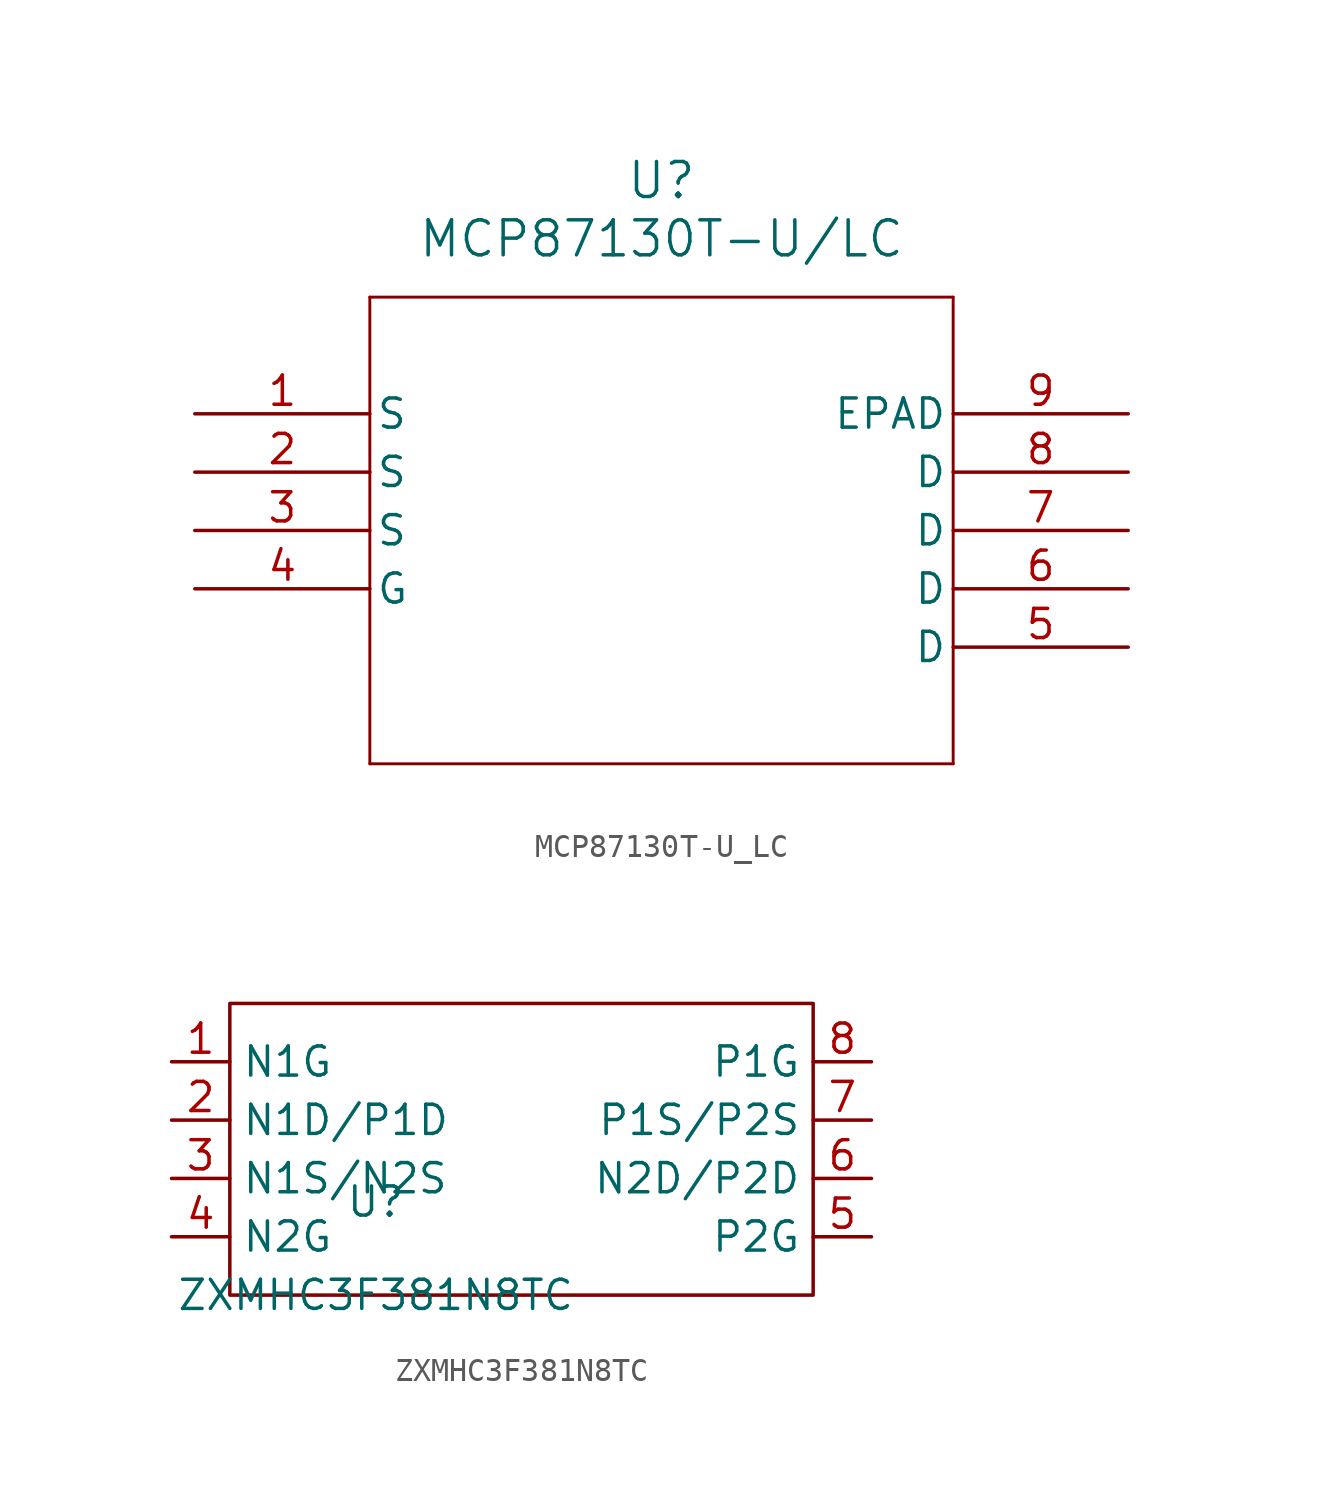
<source format=kicad_sym>
(kicad_symbol_lib
  (version 20241209)
  (generator "kicad_symbol_editor")
  (generator_version "9.0")
  (symbol "MCP87130T-U_LC"
    (pin_names
      (offset 0.254))
    (property "Reference" "U"
      (at 20.32 10.16 0)
      (effects (font (size 1.524 1.524))))
    (property "Value" "MCP87130T-U/LC"
      (at 20.32 7.62 0)
      (effects (font (size 1.524 1.524))))
    (symbol "MCP87130T-U_LC_0_1"
      (polyline (pts (xy 7.62 5.08) (xy 7.62 -15.24)) (stroke (width 0.127) (type default)) (fill (type none)))
      (polyline (pts (xy 7.62 -15.24) (xy 33.02 -15.24)) (stroke (width 0.127) (type default)) (fill (type none)))
      (polyline (pts (xy 33.02 5.08) (xy 7.62 5.08)) (stroke (width 0.127) (type default)) (fill (type none)))
      (polyline (pts (xy 33.02 -15.24) (xy 33.02 5.08)) (stroke (width 0.127) (type default)) (fill (type none)))
      (pin unspecified line (at 0 0 0) (length 7.62) (name "S" (effects (font (size 1.27 1.27)))) (number "1" (effects (font (size 1.27 1.27)))))
      (pin unspecified line (at 0 -2.54 0) (length 7.62) (name "S" (effects (font (size 1.27 1.27)))) (number "2" (effects (font (size 1.27 1.27)))))
      (pin unspecified line (at 0 -5.08 0) (length 7.62) (name "S" (effects (font (size 1.27 1.27)))) (number "3" (effects (font (size 1.27 1.27)))))
      (pin unspecified line (at 0 -7.62 0) (length 7.62) (name "G" (effects (font (size 1.27 1.27)))) (number "4" (effects (font (size 1.27 1.27)))))
      (pin unspecified line (at 40.64 0 180) (length 7.62) (name "EPAD" (effects (font (size 1.27 1.27)))) (number "9" (effects (font (size 1.27 1.27)))))
      (pin unspecified line (at 40.64 -2.54 180) (length 7.62) (name "D" (effects (font (size 1.27 1.27)))) (number "8" (effects (font (size 1.27 1.27)))))
      (pin unspecified line (at 40.64 -5.08 180) (length 7.62) (name "D" (effects (font (size 1.27 1.27)))) (number "7" (effects (font (size 1.27 1.27)))))
      (pin unspecified line (at 40.64 -7.62 180) (length 7.62) (name "D" (effects (font (size 1.27 1.27)))) (number "6" (effects (font (size 1.27 1.27)))))
      (pin unspecified line (at 40.64 -10.16 180) (length 7.62) (name "D" (effects (font (size 1.27 1.27)))) (number "5" (effects (font (size 1.27 1.27)))))))
  (symbol "ZXMHC3F381N8TC"
    (property "Reference" "U"
      (at 0 4.064 0)
      (effects (font (size 1.27 1.27))))
    (property "Value" "ZXMHC3F381N8TC"
      (at 0 0 0)
      (effects (font (size 1.27 1.27))))
    (symbol "ZXMHC3F381N8TC_0_1"
      (rectangle (start -6.35 12.7) (end 19.05 0) (stroke (width 0) (type default)) (fill (type none))))
    (symbol "ZXMHC3F381N8TC_1_1"
      (pin bidirectional line (at -8.89 10.16 0) (length 2.54) (name "N1G" (effects (font (size 1.27 1.27)))) (number "1" (effects (font (size 1.27 1.27)))))
      (pin bidirectional line (at -8.89 7.62 0) (length 2.54) (name "N1D/P1D" (effects (font (size 1.27 1.27)))) (number "2" (effects (font (size 1.27 1.27)))))
      (pin bidirectional line (at -8.89 5.08 0) (length 2.54) (name "N1S/N2S" (effects (font (size 1.27 1.27)))) (number "3" (effects (font (size 1.27 1.27)))))
      (pin bidirectional line (at -8.89 2.54 0) (length 2.54) (name "N2G" (effects (font (size 1.27 1.27)))) (number "4" (effects (font (size 1.27 1.27)))))
      (pin bidirectional line (at 21.59 10.16 180) (length 2.54) (name "P1G" (effects (font (size 1.27 1.27)))) (number "8" (effects (font (size 1.27 1.27)))))
      (pin bidirectional line (at 21.59 7.62 180) (length 2.54) (name "P1S/P2S" (effects (font (size 1.27 1.27)))) (number "7" (effects (font (size 1.27 1.27)))))
      (pin bidirectional line (at 21.59 5.08 180) (length 2.54) (name "N2D/P2D" (effects (font (size 1.27 1.27)))) (number "6" (effects (font (size 1.27 1.27)))))
      (pin bidirectional line (at 21.59 2.54 180) (length 2.54) (name "P2G" (effects (font (size 1.27 1.27)))) (number "5" (effects (font (size 1.27 1.27))))))))
</source>
